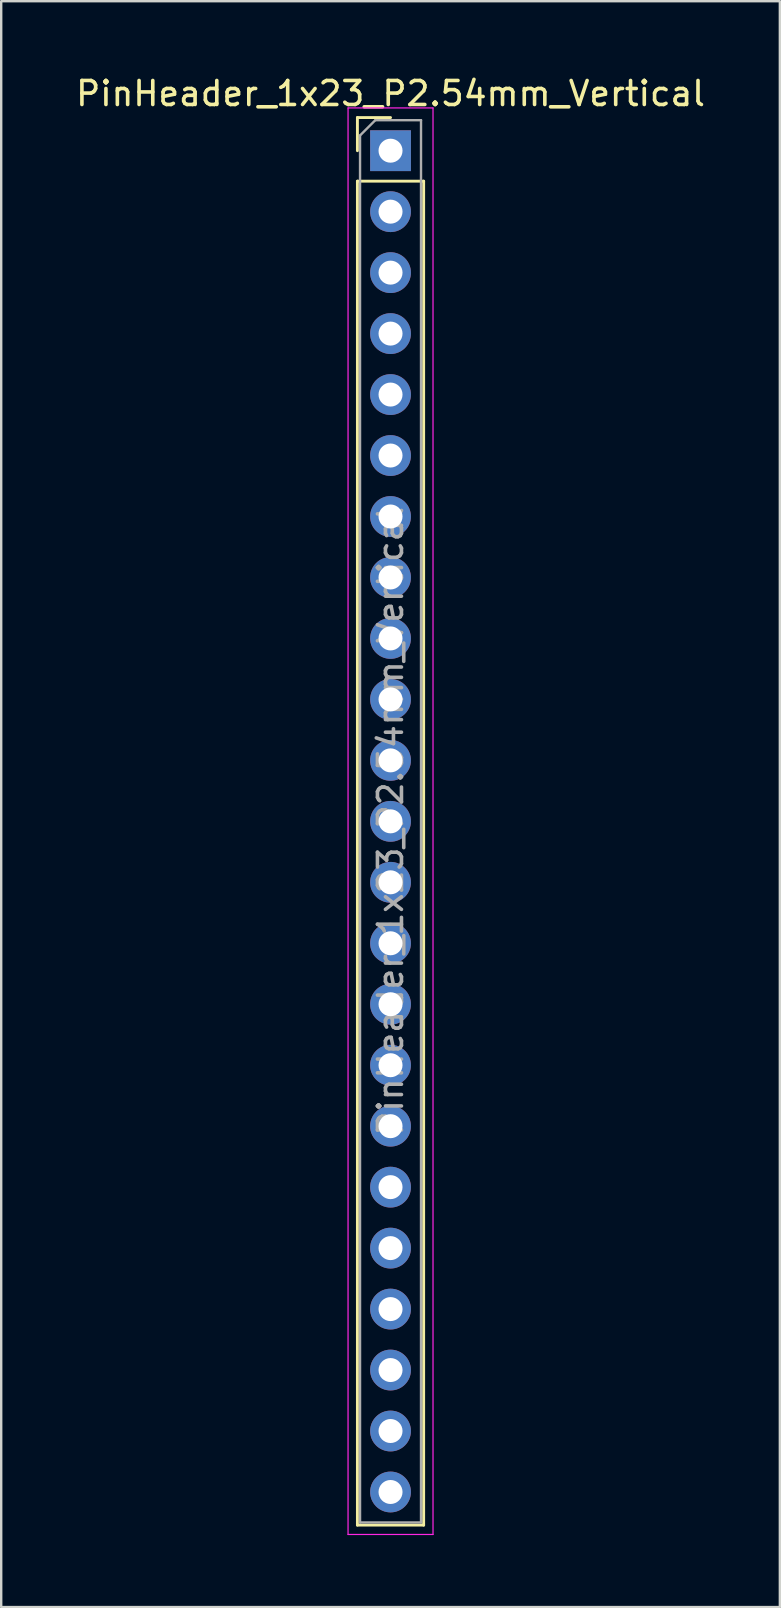
<source format=kicad_pcb>
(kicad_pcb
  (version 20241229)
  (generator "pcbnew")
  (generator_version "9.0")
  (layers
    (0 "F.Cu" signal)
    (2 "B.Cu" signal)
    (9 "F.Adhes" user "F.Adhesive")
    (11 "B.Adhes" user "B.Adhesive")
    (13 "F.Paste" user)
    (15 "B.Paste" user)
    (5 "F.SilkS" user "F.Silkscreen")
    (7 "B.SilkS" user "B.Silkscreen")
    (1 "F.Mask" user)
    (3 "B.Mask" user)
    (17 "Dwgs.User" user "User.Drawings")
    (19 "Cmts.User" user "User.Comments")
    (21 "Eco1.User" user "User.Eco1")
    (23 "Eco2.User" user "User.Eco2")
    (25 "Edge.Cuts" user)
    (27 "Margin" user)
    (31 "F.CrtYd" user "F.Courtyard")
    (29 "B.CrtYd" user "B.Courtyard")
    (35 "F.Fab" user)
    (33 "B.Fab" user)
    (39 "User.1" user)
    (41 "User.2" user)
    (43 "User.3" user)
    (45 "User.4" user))
  (footprint "PinHeader_1x23_P2.54mm_Vertical"
    (layer "F.Cu")
    (at 13.22 3.228)
    (property "Reference" "PinHeader_1x23_P2.54mm_Vertical" (at 0 -2.38 0) (layer "F.SilkS") (effects (font (size 1 1) (thickness 0.15))))
    (attr through_hole)
    (fp_line (start -1.38 -1.38) (end 0 -1.38) (stroke (width 0.12) (type solid)) (layer "F.SilkS"))
    (fp_line (start -1.38 0) (end -1.38 -1.38) (stroke (width 0.12) (type solid)) (layer "F.SilkS"))
    (fp_line (start -1.38 1.27) (end -1.38 57.26) (stroke (width 0.12) (type solid)) (layer "F.SilkS"))
    (fp_line (start -1.38 1.27) (end 1.38 1.27) (stroke (width 0.12) (type solid)) (layer "F.SilkS"))
    (fp_line (start -1.38 57.26) (end 1.38 57.26) (stroke (width 0.12) (type solid)) (layer "F.SilkS"))
    (fp_line (start 1.38 1.27) (end 1.38 57.26) (stroke (width 0.12) (type solid)) (layer "F.SilkS"))
    (fp_line (start -1.77 -1.78) (end -1.77 57.65) (stroke (width 0.05) (type solid)) (layer "F.CrtYd"))
    (fp_line (start -1.77 57.65) (end 1.77 57.65) (stroke (width 0.05) (type solid)) (layer "F.CrtYd"))
    (fp_line (start 1.77 -1.78) (end -1.77 -1.78) (stroke (width 0.05) (type solid)) (layer "F.CrtYd"))
    (fp_line (start 1.77 57.65) (end 1.77 -1.78) (stroke (width 0.05) (type solid)) (layer "F.CrtYd"))
    (fp_line (start -1.27 -0.635) (end -0.635 -1.27) (stroke (width 0.1) (type solid)) (layer "F.Fab"))
    (fp_line (start -1.27 57.15) (end -1.27 -0.635) (stroke (width 0.1) (type solid)) (layer "F.Fab"))
    (fp_line (start -0.635 -1.27) (end 1.27 -1.27) (stroke (width 0.1) (type solid)) (layer "F.Fab"))
    (fp_line (start 1.27 -1.27) (end 1.27 57.15) (stroke (width 0.1) (type solid)) (layer "F.Fab"))
    (fp_line (start 1.27 57.15) (end -1.27 57.15) (stroke (width 0.1) (type solid)) (layer "F.Fab"))
    (fp_text user "${REFERENCE}" (at 0 27.94 90) (layer "F.Fab") (effects (font (size 1 1) (thickness 0.15))))
    (pad "1" thru_hole rect (at 0 0) (size 1.7 1.7) (drill 1) (layers "*.Cu" "*.Mask"))
    (pad "2" thru_hole circle (at 0 2.54) (size 1.7 1.7) (drill 1) (layers "*.Cu" "*.Mask"))
    (pad "3" thru_hole circle (at 0 5.08) (size 1.7 1.7) (drill 1) (layers "*.Cu" "*.Mask"))
    (pad "4" thru_hole circle (at 0 7.62) (size 1.7 1.7) (drill 1) (layers "*.Cu" "*.Mask"))
    (pad "5" thru_hole circle (at 0 10.16) (size 1.7 1.7) (drill 1) (layers "*.Cu" "*.Mask"))
    (pad "6" thru_hole circle (at 0 12.7) (size 1.7 1.7) (drill 1) (layers "*.Cu" "*.Mask"))
    (pad "7" thru_hole circle (at 0 15.24) (size 1.7 1.7) (drill 1) (layers "*.Cu" "*.Mask"))
    (pad "8" thru_hole circle (at 0 17.78) (size 1.7 1.7) (drill 1) (layers "*.Cu" "*.Mask"))
    (pad "9" thru_hole circle (at 0 20.32) (size 1.7 1.7) (drill 1) (layers "*.Cu" "*.Mask"))
    (pad "10" thru_hole circle (at 0 22.86) (size 1.7 1.7) (drill 1) (layers "*.Cu" "*.Mask"))
    (pad "11" thru_hole circle (at 0 25.4) (size 1.7 1.7) (drill 1) (layers "*.Cu" "*.Mask"))
    (pad "12" thru_hole circle (at 0 27.94) (size 1.7 1.7) (drill 1) (layers "*.Cu" "*.Mask"))
    (pad "13" thru_hole circle (at 0 30.48) (size 1.7 1.7) (drill 1) (layers "*.Cu" "*.Mask"))
    (pad "14" thru_hole circle (at 0 33.02) (size 1.7 1.7) (drill 1) (layers "*.Cu" "*.Mask"))
    (pad "15" thru_hole circle (at 0 35.56) (size 1.7 1.7) (drill 1) (layers "*.Cu" "*.Mask"))
    (pad "16" thru_hole circle (at 0 38.1) (size 1.7 1.7) (drill 1) (layers "*.Cu" "*.Mask"))
    (pad "17" thru_hole circle (at 0 40.64) (size 1.7 1.7) (drill 1) (layers "*.Cu" "*.Mask"))
    (pad "18" thru_hole circle (at 0 43.18) (size 1.7 1.7) (drill 1) (layers "*.Cu" "*.Mask"))
    (pad "19" thru_hole circle (at 0 45.72) (size 1.7 1.7) (drill 1) (layers "*.Cu" "*.Mask"))
    (pad "20" thru_hole circle (at 0 48.26) (size 1.7 1.7) (drill 1) (layers "*.Cu" "*.Mask"))
    (pad "21" thru_hole circle (at 0 50.8) (size 1.7 1.7) (drill 1) (layers "*.Cu" "*.Mask"))
    (pad "22" thru_hole circle (at 0 53.34) (size 1.7 1.7) (drill 1) (layers "*.Cu" "*.Mask"))
    (pad "23" thru_hole circle (at 0 55.88) (size 1.7 1.7) (drill 1) (layers "*.Cu" "*.Mask")))
  (gr_rect
    (start -3 -3)
    (end 29.44 63.903)
    (stroke (width 0.1) (type default))
    (fill no)
    (layer "Edge.Cuts")))
</source>
